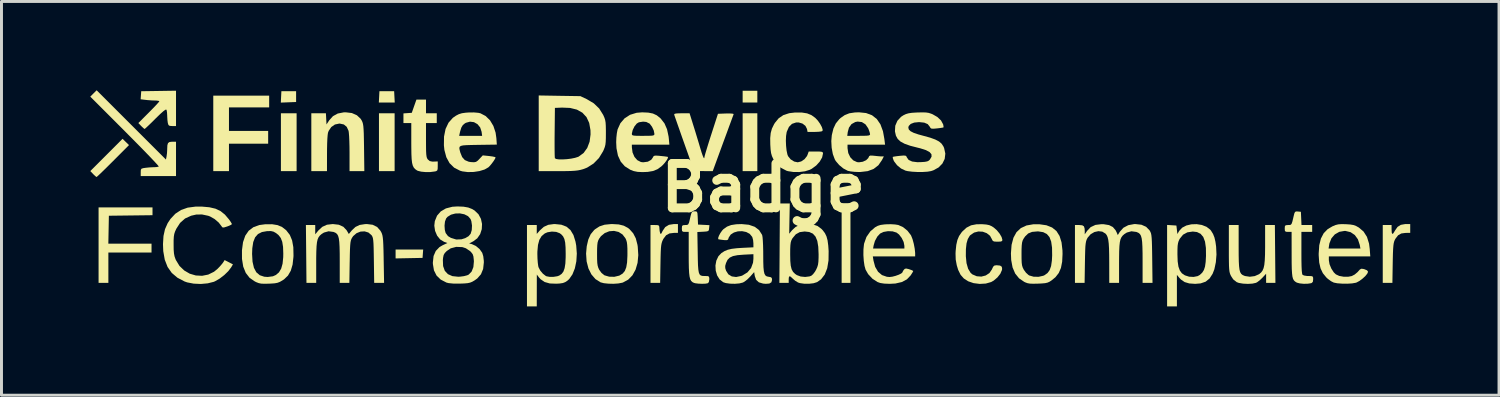
<source format=kicad_pcb>
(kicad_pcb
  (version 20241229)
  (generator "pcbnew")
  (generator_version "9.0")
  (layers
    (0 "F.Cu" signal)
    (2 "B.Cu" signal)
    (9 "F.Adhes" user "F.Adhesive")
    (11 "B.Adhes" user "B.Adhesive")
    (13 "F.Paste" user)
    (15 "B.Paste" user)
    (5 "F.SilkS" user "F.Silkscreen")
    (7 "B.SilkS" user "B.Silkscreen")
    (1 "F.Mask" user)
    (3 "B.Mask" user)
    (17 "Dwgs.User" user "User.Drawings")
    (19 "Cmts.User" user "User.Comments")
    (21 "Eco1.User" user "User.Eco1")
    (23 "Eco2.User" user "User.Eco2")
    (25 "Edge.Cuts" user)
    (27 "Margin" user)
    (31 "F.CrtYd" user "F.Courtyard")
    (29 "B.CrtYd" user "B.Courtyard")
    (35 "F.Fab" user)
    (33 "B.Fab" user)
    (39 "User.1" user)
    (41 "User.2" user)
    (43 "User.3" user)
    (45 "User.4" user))
  (footprint "Badge"
    (layer "F.Cu")
    (at 22.733 3.294)
    (property "Reference" "Badge" (at 0 0 0) (layer "F.SilkS") (effects (font (size 1.5 1.5) (thickness 0.3))))
    (attr board_only exclude_from_pos_files exclude_from_bom)
    (fp_poly (pts (xy -15.78 -3.08) (xy -15.78 -2.898) (xy -16.038 -2.888) (xy -16.296 -2.878) (xy -16.287 -3.07) (xy -16.277 -3.262) (xy -16.028 -3.262) (xy -15.78 -3.262)) (stroke (width 0) (type solid)) (fill yes) (layer "F.SilkS"))
    (fp_poly (pts (xy -15.763 -1.54) (xy -15.763 -0.563) (xy -16.028 -0.563) (xy -16.293 -0.563) (xy -16.293 -1.54) (xy -16.293 -2.517) (xy -16.028 -2.517) (xy -15.763 -2.517)) (stroke (width 0) (type solid)) (fill yes) (layer "F.SilkS"))
    (fp_poly (pts (xy -12.458 -3.072) (xy -12.448 -2.881) (xy -12.717 -2.881) (xy -12.985 -2.881) (xy -12.975 -3.072) (xy -12.965 -3.262) (xy -12.717 -3.262) (xy -12.468 -3.262)) (stroke (width 0) (type solid)) (fill yes) (layer "F.SilkS"))
    (fp_poly (pts (xy -12.452 -1.54) (xy -12.452 -0.563) (xy -12.717 -0.563) (xy -12.981 -0.563) (xy -12.981 -1.54) (xy -12.981 -2.517) (xy -12.717 -2.517) (xy -12.452 -2.517)) (stroke (width 0) (type solid)) (fill yes) (layer "F.SilkS"))
    (fp_poly (pts (xy -11.498 2.227) (xy -11.508 2.368) (xy -11.963 2.377) (xy -12.419 2.386) (xy -12.419 2.236) (xy -12.419 2.086) (xy -11.953 2.086) (xy -11.487 2.086)) (stroke (width 0) (type solid)) (fill yes) (layer "F.SilkS"))
    (fp_poly (pts (xy -0.199 -3.08) (xy -0.199 -2.881) (xy -0.447 -2.881) (xy -0.695 -2.881) (xy -0.695 -3.08) (xy -0.695 -3.278) (xy -0.447 -3.278) (xy -0.199 -3.278)) (stroke (width 0) (type solid)) (fill yes) (layer "F.SilkS"))
    (fp_poly (pts (xy -0.199 -1.54) (xy -0.199 -0.563) (xy -0.447 -0.563) (xy -0.695 -0.563) (xy -0.695 -1.54) (xy -0.695 -2.517) (xy -0.447 -2.517) (xy -0.199 -2.517)) (stroke (width 0) (type solid)) (fill yes) (layer "F.SilkS"))
    (fp_poly (pts (xy 2.947 1.871) (xy 2.947 3.212) (xy 2.798 3.212) (xy 2.649 3.212) (xy 2.649 1.871) (xy 2.649 0.53) (xy 2.798 0.53) (xy 2.947 0.53)) (stroke (width 0) (type solid)) (fill yes) (layer "F.SilkS"))
    (fp_poly (pts (xy -21.534 -1.549) (xy -21.425 -1.443) (xy -21.963 -0.903) (xy -22.117 -0.75) (xy -22.256 -0.613) (xy -22.372 -0.5) (xy -22.459 -0.418) (xy -22.51 -0.372) (xy -22.521 -0.364) (xy -22.553 -0.386) (xy -22.612 -0.44) (xy -22.636 -0.464) (xy -22.732 -0.565) (xy -22.187 -1.11) (xy -21.643 -1.655)) (stroke (width 0) (type solid)) (fill yes) (layer "F.SilkS"))
    (fp_poly (pts (xy -20.631 0.794) (xy -20.631 0.926) (xy -21.368 0.935) (xy -22.105 0.944) (xy -22.114 1.416) (xy -22.123 1.888) (xy -21.394 1.888) (xy -20.664 1.888) (xy -20.664 2.037) (xy -20.664 2.186) (xy -21.393 2.186) (xy -22.122 2.186) (xy -22.122 2.699) (xy -22.122 3.212) (xy -22.287 3.212) (xy -22.453 3.212) (xy -22.453 1.937) (xy -22.453 0.662) (xy -21.542 0.662) (xy -20.631 0.662)) (stroke (width 0) (type solid)) (fill yes) (layer "F.SilkS"))
    (fp_poly (pts (xy -16.69 -2.914) (xy -16.69 -2.716) (xy -17.369 -2.716) (xy -18.048 -2.716) (xy -18.048 -2.318) (xy -18.048 -1.921) (xy -17.386 -1.921) (xy -16.724 -1.921) (xy -16.724 -1.705) (xy -16.724 -1.49) (xy -17.386 -1.49) (xy -18.048 -1.49) (xy -18.048 -1.027) (xy -18.048 -0.563) (xy -18.313 -0.563) (xy -18.578 -0.563) (xy -18.578 -1.838) (xy -18.578 -3.113) (xy -17.634 -3.113) (xy -16.69 -3.113)) (stroke (width 0) (type solid)) (fill yes) (layer "F.SilkS"))
    (fp_poly (pts (xy 21.857 1.374) (xy 21.857 1.523) (xy 21.699 1.524) (xy 21.556 1.543) (xy 21.448 1.604) (xy 21.36 1.718) (xy 21.339 1.755) (xy 21.318 1.804) (xy 21.301 1.865) (xy 21.289 1.948) (xy 21.28 2.063) (xy 21.273 2.22) (xy 21.268 2.428) (xy 21.266 2.542) (xy 21.255 3.212) (xy 21.092 3.212) (xy 20.929 3.212) (xy 20.929 2.235) (xy 20.929 1.258) (xy 21.078 1.258) (xy 21.227 1.258) (xy 21.227 1.402) (xy 21.233 1.513) (xy 21.25 1.559) (xy 21.283 1.541) (xy 21.333 1.462) (xy 21.341 1.447) (xy 21.428 1.322) (xy 21.538 1.252) (xy 21.685 1.226) (xy 21.716 1.226) (xy 21.857 1.225)) (stroke (width 0) (type solid)) (fill yes) (layer "F.SilkS"))
    (fp_poly (pts (xy -2.881 1.374) (xy -2.881 1.523) (xy -3.012 1.523) (xy -3.167 1.542) (xy -3.281 1.604) (xy -3.368 1.719) (xy -3.386 1.752) (xy -3.412 1.809) (xy -3.431 1.869) (xy -3.445 1.94) (xy -3.455 2.036) (xy -3.462 2.165) (xy -3.467 2.339) (xy -3.471 2.558) (xy -3.482 3.212) (xy -3.645 3.212) (xy -3.808 3.212) (xy -3.808 2.235) (xy -3.808 1.258) (xy -3.659 1.258) (xy -3.568 1.261) (xy -3.524 1.278) (xy -3.51 1.322) (xy -3.508 1.366) (xy -3.499 1.461) (xy -3.482 1.533) (xy -3.463 1.56) (xy -3.438 1.539) (xy -3.401 1.462) (xy -3.399 1.458) (xy -3.311 1.328) (xy -3.185 1.251) (xy -3.018 1.225) (xy -3.015 1.225) (xy -2.881 1.225)) (stroke (width 0) (type solid)) (fill yes) (layer "F.SilkS"))
    (fp_poly (pts (xy -21.348 -2.124) (xy -20.177 -0.954) (xy -20.156 -1.061) (xy -20.142 -1.166) (xy -20.135 -1.288) (xy -20.135 -1.31) (xy -20.129 -1.437) (xy -20.107 -1.511) (xy -20.058 -1.547) (xy -19.974 -1.556) (xy -19.965 -1.556) (xy -19.837 -1.556) (xy -19.837 -0.977) (xy -19.837 -0.397) (xy -20.433 -0.397) (xy -21.029 -0.397) (xy -21.029 -0.525) (xy -21.026 -0.603) (xy -21.004 -0.644) (xy -20.948 -0.663) (xy -20.875 -0.674) (xy -20.744 -0.688) (xy -20.61 -0.695) (xy -20.583 -0.695) (xy -20.491 -0.701) (xy -20.429 -0.713) (xy -20.42 -0.719) (xy -20.438 -0.746) (xy -20.499 -0.815) (xy -20.598 -0.922) (xy -20.731 -1.062) (xy -20.894 -1.231) (xy -21.082 -1.423) (xy -21.291 -1.635) (xy -21.517 -1.862) (xy -21.565 -1.911) (xy -22.733 -3.079) (xy -22.626 -3.187) (xy -22.518 -3.294)) (stroke (width 0) (type solid)) (fill yes) (layer "F.SilkS"))
    (fp_poly (pts (xy -19.837 -2.683) (xy -19.837 -2.086) (xy -19.965 -2.086) (xy -20.05 -2.092) (xy -20.091 -2.119) (xy -20.112 -2.183) (xy -20.114 -2.19) (xy -20.127 -2.29) (xy -20.134 -2.412) (xy -20.135 -2.446) (xy -20.141 -2.547) (xy -20.154 -2.623) (xy -20.161 -2.64) (xy -20.193 -2.638) (xy -20.263 -2.588) (xy -20.372 -2.491) (xy -20.523 -2.344) (xy -20.533 -2.334) (xy -20.655 -2.212) (xy -20.762 -2.109) (xy -20.843 -2.033) (xy -20.89 -1.992) (xy -20.898 -1.987) (xy -20.93 -2.009) (xy -20.989 -2.063) (xy -21.013 -2.087) (xy -21.109 -2.187) (xy -20.754 -2.543) (xy -20.631 -2.668) (xy -20.526 -2.777) (xy -20.448 -2.862) (xy -20.405 -2.913) (xy -20.399 -2.923) (xy -20.429 -2.938) (xy -20.503 -2.947) (xy -20.54 -2.948) (xy -20.661 -2.952) (xy -20.801 -2.963) (xy -20.856 -2.969) (xy -21.032 -2.99) (xy -21.022 -3.126) (xy -21.012 -3.262) (xy -20.424 -3.271) (xy -19.837 -3.28)) (stroke (width 0) (type solid)) (fill yes) (layer "F.SilkS"))
    (fp_poly (pts (xy -2.356 -2.095) (xy -2.295 -1.9) (xy -2.232 -1.692) (xy -2.173 -1.497) (xy -2.132 -1.358) (xy -2.08 -1.187) (xy -2.038 -1.068) (xy -2.008 -1.005) (xy -1.99 -1) (xy -1.987 -1.031) (xy -1.977 -1.077) (xy -1.95 -1.175) (xy -1.907 -1.317) (xy -1.853 -1.493) (xy -1.79 -1.692) (xy -1.758 -1.791) (xy -1.529 -2.5) (xy -1.258 -2.51) (xy -1.129 -2.511) (xy -1.039 -2.505) (xy -0.999 -2.493) (xy -0.999 -2.489) (xy -1.012 -2.451) (xy -1.046 -2.359) (xy -1.097 -2.221) (xy -1.162 -2.044) (xy -1.238 -1.836) (xy -1.323 -1.606) (xy -1.358 -1.511) (xy -1.705 -0.563) (xy -2.02 -0.564) (xy -2.335 -0.564) (xy -2.666 -1.496) (xy -2.75 -1.733) (xy -2.826 -1.951) (xy -2.893 -2.141) (xy -2.947 -2.295) (xy -2.986 -2.407) (xy -3.006 -2.466) (xy -3.008 -2.473) (xy -2.997 -2.496) (xy -2.946 -2.51) (xy -2.845 -2.516) (xy -2.753 -2.517) (xy -2.488 -2.517)) (stroke (width 0) (type solid)) (fill yes) (layer "F.SilkS"))
    (fp_poly (pts (xy -13.896 -2.525) (xy -13.726 -2.45) (xy -13.599 -2.331) (xy -13.557 -2.261) (xy -13.537 -2.214) (xy -13.521 -2.158) (xy -13.509 -2.083) (xy -13.501 -1.981) (xy -13.494 -1.842) (xy -13.49 -1.657) (xy -13.486 -1.418) (xy -13.485 -1.349) (xy -13.475 -0.563) (xy -13.725 -0.563) (xy -13.975 -0.563) (xy -13.975 -1.184) (xy -13.977 -1.389) (xy -13.982 -1.579) (xy -13.989 -1.74) (xy -13.999 -1.861) (xy -14.008 -1.924) (xy -14.07 -2.059) (xy -14.167 -2.139) (xy -14.304 -2.169) (xy -14.324 -2.169) (xy -14.469 -2.138) (xy -14.592 -2.052) (xy -14.68 -1.922) (xy -14.704 -1.856) (xy -14.714 -1.785) (xy -14.724 -1.661) (xy -14.731 -1.497) (xy -14.735 -1.308) (xy -14.736 -1.151) (xy -14.737 -0.563) (xy -15.002 -0.563) (xy -15.266 -0.563) (xy -15.266 -1.54) (xy -15.266 -2.517) (xy -15.02 -2.517) (xy -14.773 -2.517) (xy -14.763 -2.328) (xy -14.753 -2.14) (xy -14.662 -2.278) (xy -14.535 -2.42) (xy -14.373 -2.509) (xy -14.172 -2.548) (xy -14.103 -2.55)) (stroke (width 0) (type solid)) (fill yes) (layer "F.SilkS"))
    (fp_poly (pts (xy -11.392 -2.749) (xy -11.392 -2.517) (xy -11.21 -2.517) (xy -11.028 -2.517) (xy -11.028 -2.351) (xy -11.028 -2.186) (xy -11.21 -2.186) (xy -11.392 -2.186) (xy -11.392 -1.61) (xy -11.391 -1.398) (xy -11.389 -1.242) (xy -11.383 -1.132) (xy -11.373 -1.056) (xy -11.359 -1.005) (xy -11.338 -0.968) (xy -11.329 -0.957) (xy -11.268 -0.904) (xy -11.184 -0.885) (xy -11.131 -0.885) (xy -10.995 -0.891) (xy -10.995 -0.731) (xy -10.998 -0.634) (xy -11.014 -0.584) (xy -11.055 -0.56) (xy -11.098 -0.551) (xy -11.247 -0.532) (xy -11.406 -0.531) (xy -11.553 -0.545) (xy -11.667 -0.573) (xy -11.698 -0.588) (xy -11.758 -0.631) (xy -11.804 -0.682) (xy -11.838 -0.75) (xy -11.862 -0.843) (xy -11.877 -0.971) (xy -11.885 -1.142) (xy -11.888 -1.366) (xy -11.889 -1.52) (xy -11.889 -2.186) (xy -12.021 -2.186) (xy -12.154 -2.186) (xy -12.154 -2.349) (xy -12.154 -2.513) (xy -12.013 -2.523) (xy -11.872 -2.533) (xy -11.794 -2.757) (xy -11.715 -2.98) (xy -11.554 -2.98) (xy -11.392 -2.98)) (stroke (width 0) (type solid)) (fill yes) (layer "F.SilkS"))
    (fp_poly (pts (xy 16.061 2.005) (xy 16.062 2.275) (xy 16.066 2.486) (xy 16.075 2.647) (xy 16.09 2.765) (xy 16.113 2.849) (xy 16.146 2.906) (xy 16.191 2.944) (xy 16.25 2.971) (xy 16.279 2.981) (xy 16.438 3.005) (xy 16.605 2.983) (xy 16.75 2.919) (xy 16.758 2.913) (xy 16.82 2.861) (xy 16.867 2.798) (xy 16.903 2.715) (xy 16.928 2.604) (xy 16.943 2.455) (xy 16.952 2.261) (xy 16.955 2.011) (xy 16.955 1.92) (xy 16.955 1.258) (xy 17.12 1.258) (xy 17.285 1.258) (xy 17.294 2.235) (xy 17.303 3.212) (xy 17.146 3.212) (xy 16.989 3.212) (xy 16.989 3.058) (xy 16.989 2.903) (xy 16.863 3.039) (xy 16.775 3.123) (xy 16.687 3.189) (xy 16.645 3.211) (xy 16.526 3.237) (xy 16.372 3.246) (xy 16.211 3.238) (xy 16.069 3.214) (xy 15.995 3.187) (xy 15.878 3.094) (xy 15.805 2.982) (xy 15.781 2.932) (xy 15.763 2.882) (xy 15.75 2.822) (xy 15.741 2.743) (xy 15.735 2.636) (xy 15.732 2.49) (xy 15.73 2.297) (xy 15.73 2.048) (xy 15.73 2.046) (xy 15.73 1.258) (xy 15.896 1.258) (xy 16.061 1.258)) (stroke (width 0) (type solid)) (fill yes) (layer "F.SilkS"))
    (fp_poly (pts (xy 18.06 0.801) (xy 18.164 0.811) (xy 18.174 1.035) (xy 18.184 1.258) (xy 18.364 1.258) (xy 18.545 1.258) (xy 18.545 1.374) (xy 18.545 1.49) (xy 18.363 1.49) (xy 18.181 1.49) (xy 18.181 2.196) (xy 18.182 2.457) (xy 18.186 2.658) (xy 18.193 2.801) (xy 18.204 2.893) (xy 18.218 2.938) (xy 18.22 2.941) (xy 18.275 2.964) (xy 18.369 2.979) (xy 18.419 2.98) (xy 18.515 2.983) (xy 18.561 2.997) (xy 18.577 3.036) (xy 18.578 3.092) (xy 18.568 3.176) (xy 18.528 3.216) (xy 18.504 3.224) (xy 18.391 3.241) (xy 18.256 3.243) (xy 18.127 3.23) (xy 18.031 3.205) (xy 18.019 3.199) (xy 17.968 3.167) (xy 17.929 3.129) (xy 17.899 3.076) (xy 17.878 2.999) (xy 17.865 2.892) (xy 17.856 2.744) (xy 17.852 2.549) (xy 17.851 2.297) (xy 17.851 2.244) (xy 17.85 1.49) (xy 17.734 1.49) (xy 17.656 1.485) (xy 17.624 1.456) (xy 17.618 1.383) (xy 17.618 1.374) (xy 17.623 1.297) (xy 17.652 1.265) (xy 17.724 1.258) (xy 17.731 1.258) (xy 17.788 1.257) (xy 17.826 1.246) (xy 17.852 1.211) (xy 17.876 1.141) (xy 17.904 1.024) (xy 17.917 0.967) (xy 17.942 0.866) (xy 17.967 0.815) (xy 18.004 0.799)) (stroke (width 0) (type solid)) (fill yes) (layer "F.SilkS"))
    (fp_poly (pts (xy -6.88 -3.107) (xy -6.176 -3.096) (xy -5.958 -2.993) (xy -5.723 -2.853) (xy -5.542 -2.679) (xy -5.407 -2.464) (xy -5.402 -2.453) (xy -5.365 -2.369) (xy -5.34 -2.292) (xy -5.325 -2.205) (xy -5.318 -2.093) (xy -5.315 -1.937) (xy -5.315 -1.854) (xy -5.316 -1.678) (xy -5.321 -1.55) (xy -5.332 -1.454) (xy -5.353 -1.373) (xy -5.385 -1.29) (xy -5.411 -1.232) (xy -5.55 -1.005) (xy -5.733 -0.818) (xy -5.95 -0.681) (xy -6.082 -0.63) (xy -6.169 -0.606) (xy -6.258 -0.588) (xy -6.361 -0.576) (xy -6.491 -0.568) (xy -6.66 -0.564) (xy -6.88 -0.563) (xy -6.941 -0.563) (xy -7.584 -0.563) (xy -7.584 -1.434) (xy -7.048 -1.434) (xy -7.047 -1.255) (xy -7.045 -1.117) (xy -7.041 -1.028) (xy -7.037 -0.999) (xy -6.995 -0.973) (xy -6.904 -0.96) (xy -6.779 -0.958) (xy -6.635 -0.967) (xy -6.49 -0.985) (xy -6.357 -1.012) (xy -6.253 -1.045) (xy -6.234 -1.054) (xy -6.068 -1.176) (xy -5.945 -1.346) (xy -5.865 -1.557) (xy -5.833 -1.802) (xy -5.836 -1.949) (xy -5.879 -2.191) (xy -5.97 -2.387) (xy -6.109 -2.537) (xy -6.295 -2.641) (xy -6.527 -2.698) (xy -6.794 -2.709) (xy -7.037 -2.699) (xy -7.046 -1.872) (xy -7.048 -1.642) (xy -7.048 -1.434) (xy -7.584 -1.434) (xy -7.584 -1.841) (xy -7.584 -3.119)) (stroke (width 0) (type solid)) (fill yes) (layer "F.SilkS"))
    (fp_poly (pts (xy -2.267 0.797) (xy -2.237 0.815) (xy -2.222 0.863) (xy -2.215 0.955) (xy -2.212 1.018) (xy -2.202 1.242) (xy -2.01 1.252) (xy -1.817 1.262) (xy -1.828 1.368) (xy -1.836 1.427) (xy -1.859 1.46) (xy -1.913 1.475) (xy -2.014 1.483) (xy -2.031 1.484) (xy -2.225 1.494) (xy -2.213 2.182) (xy -2.209 2.432) (xy -2.203 2.624) (xy -2.192 2.764) (xy -2.175 2.862) (xy -2.15 2.925) (xy -2.113 2.96) (xy -2.062 2.976) (xy -1.995 2.98) (xy -1.966 2.98) (xy -1.876 2.983) (xy -1.834 3.001) (xy -1.822 3.048) (xy -1.821 3.093) (xy -1.837 3.187) (xy -1.874 3.225) (xy -1.952 3.239) (xy -2.067 3.243) (xy -2.192 3.238) (xy -2.298 3.224) (xy -2.341 3.212) (xy -2.394 3.185) (xy -2.435 3.145) (xy -2.466 3.086) (xy -2.488 2.999) (xy -2.503 2.876) (xy -2.512 2.71) (xy -2.516 2.493) (xy -2.517 2.237) (xy -2.517 1.49) (xy -2.633 1.49) (xy -2.71 1.485) (xy -2.742 1.456) (xy -2.749 1.383) (xy -2.749 1.374) (xy -2.743 1.297) (xy -2.715 1.265) (xy -2.643 1.258) (xy -2.636 1.258) (xy -2.57 1.255) (xy -2.532 1.232) (xy -2.506 1.175) (xy -2.484 1.085) (xy -2.452 0.947) (xy -2.428 0.862) (xy -2.405 0.817) (xy -2.375 0.798) (xy -2.331 0.795) (xy -2.317 0.795)) (stroke (width 0) (type solid)) (fill yes) (layer "F.SilkS"))
    (fp_poly (pts (xy -16.405 1.261) (xy -16.253 1.326) (xy -16.119 1.431) (xy -16.109 1.441) (xy -15.992 1.592) (xy -15.915 1.778) (xy -15.874 2.006) (xy -15.868 2.283) (xy -15.87 2.335) (xy -15.899 2.595) (xy -15.96 2.802) (xy -16.055 2.966) (xy -16.189 3.094) (xy -16.241 3.128) (xy -16.328 3.178) (xy -16.408 3.209) (xy -16.503 3.227) (xy -16.633 3.236) (xy -16.704 3.239) (xy -16.855 3.242) (xy -16.962 3.237) (xy -17.046 3.219) (xy -17.13 3.186) (xy -17.177 3.162) (xy -17.351 3.042) (xy -17.48 2.876) (xy -17.566 2.664) (xy -17.608 2.404) (xy -17.609 2.235) (xy -17.267 2.235) (xy -17.252 2.497) (xy -17.205 2.702) (xy -17.125 2.853) (xy -17.009 2.953) (xy -16.857 3.004) (xy -16.74 3.013) (xy -16.564 2.99) (xy -16.465 2.946) (xy -16.359 2.857) (xy -16.284 2.731) (xy -16.237 2.563) (xy -16.215 2.342) (xy -16.213 2.219) (xy -16.221 1.996) (xy -16.248 1.825) (xy -16.298 1.696) (xy -16.376 1.595) (xy -16.459 1.529) (xy -16.543 1.482) (xy -16.63 1.462) (xy -16.75 1.464) (xy -16.761 1.464) (xy -16.935 1.495) (xy -17.068 1.563) (xy -17.165 1.674) (xy -17.228 1.832) (xy -17.26 2.043) (xy -17.267 2.235) (xy -17.609 2.235) (xy -17.609 2.109) (xy -17.573 1.837) (xy -17.498 1.619) (xy -17.382 1.451) (xy -17.223 1.331) (xy -17.02 1.258) (xy -16.822 1.232) (xy -16.59 1.231)) (stroke (width 0) (type solid)) (fill yes) (layer "F.SilkS"))
    (fp_poly (pts (xy 1.484 -2.514) (xy 1.634 -2.452) (xy 1.762 -2.358) (xy 1.846 -2.268) (xy 1.921 -2.162) (xy 1.978 -2.057) (xy 2.007 -1.969) (xy 2.003 -1.92) (xy 1.963 -1.904) (xy 1.874 -1.893) (xy 1.755 -1.888) (xy 1.741 -1.888) (xy 1.498 -1.888) (xy 1.479 -1.987) (xy 1.426 -2.092) (xy 1.327 -2.169) (xy 1.199 -2.207) (xy 1.109 -2.206) (xy 0.972 -2.16) (xy 0.869 -2.057) (xy 0.798 -1.898) (xy 0.792 -1.879) (xy 0.772 -1.752) (xy 0.765 -1.592) (xy 0.772 -1.42) (xy 0.789 -1.258) (xy 0.817 -1.126) (xy 0.839 -1.069) (xy 0.926 -0.961) (xy 1.047 -0.886) (xy 1.166 -0.861) (xy 1.283 -0.89) (xy 1.395 -0.966) (xy 1.477 -1.07) (xy 1.494 -1.107) (xy 1.537 -1.225) (xy 1.778 -1.225) (xy 1.904 -1.224) (xy 1.976 -1.216) (xy 2.01 -1.199) (xy 2.02 -1.168) (xy 2.02 -1.161) (xy 1.99 -1.025) (xy 1.909 -0.884) (xy 1.788 -0.751) (xy 1.638 -0.641) (xy 1.573 -0.608) (xy 1.413 -0.558) (xy 1.218 -0.532) (xy 1.017 -0.534) (xy 0.836 -0.562) (xy 0.786 -0.577) (xy 0.585 -0.683) (xy 0.423 -0.841) (xy 0.341 -0.971) (xy 0.295 -1.071) (xy 0.266 -1.172) (xy 0.249 -1.296) (xy 0.239 -1.457) (xy 0.236 -1.676) (xy 0.253 -1.851) (xy 0.294 -1.999) (xy 0.363 -2.14) (xy 0.394 -2.192) (xy 0.522 -2.348) (xy 0.681 -2.456) (xy 0.879 -2.52) (xy 1.073 -2.543) (xy 1.302 -2.543)) (stroke (width 0) (type solid)) (fill yes) (layer "F.SilkS"))
    (fp_poly (pts (xy 14.818 1.256) (xy 14.976 1.318) (xy 15.101 1.415) (xy 15.128 1.449) (xy 15.196 1.559) (xy 15.243 1.677) (xy 15.277 1.824) (xy 15.3 1.988) (xy 15.312 2.253) (xy 15.291 2.514) (xy 15.241 2.751) (xy 15.181 2.906) (xy 15.077 3.066) (xy 14.945 3.172) (xy 14.775 3.23) (xy 14.592 3.245) (xy 14.392 3.231) (xy 14.237 3.185) (xy 14.115 3.102) (xy 14.064 3.049) (xy 13.975 2.942) (xy 13.975 3.475) (xy 13.975 4.007) (xy 13.809 4.007) (xy 13.644 4.007) (xy 13.644 2.631) (xy 13.644 2.252) (xy 13.993 2.252) (xy 14.001 2.485) (xy 14.027 2.663) (xy 14.074 2.794) (xy 14.144 2.889) (xy 14.243 2.956) (xy 14.246 2.958) (xy 14.388 3.003) (xy 14.539 3.011) (xy 14.676 2.984) (xy 14.749 2.944) (xy 14.83 2.868) (xy 14.887 2.778) (xy 14.925 2.661) (xy 14.947 2.505) (xy 14.958 2.302) (xy 14.955 2.032) (xy 14.925 1.819) (xy 14.866 1.662) (xy 14.776 1.555) (xy 14.654 1.495) (xy 14.513 1.478) (xy 14.328 1.505) (xy 14.183 1.584) (xy 14.074 1.718) (xy 14.066 1.731) (xy 14.033 1.801) (xy 14.012 1.874) (xy 13.999 1.964) (xy 13.994 2.09) (xy 13.993 2.252) (xy 13.644 2.252) (xy 13.644 1.255) (xy 13.801 1.265) (xy 13.958 1.275) (xy 13.975 1.418) (xy 13.992 1.562) (xy 14.053 1.456) (xy 14.153 1.348) (xy 14.294 1.274) (xy 14.462 1.234) (xy 14.642 1.228)) (stroke (width 0) (type solid)) (fill yes) (layer "F.SilkS"))
    (fp_poly (pts (xy 7.538 1.241) (xy 7.638 1.262) (xy 7.722 1.3) (xy 7.788 1.343) (xy 7.893 1.435) (xy 7.986 1.549) (xy 8.053 1.664) (xy 8.08 1.761) (xy 8.08 1.763) (xy 8.068 1.799) (xy 8.022 1.816) (xy 7.927 1.821) (xy 7.917 1.821) (xy 7.816 1.817) (xy 7.762 1.799) (xy 7.735 1.76) (xy 7.731 1.747) (xy 7.662 1.621) (xy 7.551 1.533) (xy 7.415 1.483) (xy 7.267 1.476) (xy 7.124 1.513) (xy 7 1.597) (xy 6.975 1.623) (xy 6.911 1.732) (xy 6.868 1.879) (xy 6.847 2.075) (xy 6.845 2.312) (xy 6.868 2.547) (xy 6.922 2.735) (xy 7.005 2.872) (xy 7.067 2.926) (xy 7.215 2.989) (xy 7.37 3) (xy 7.517 2.962) (xy 7.641 2.881) (xy 7.725 2.759) (xy 7.727 2.753) (xy 7.767 2.667) (xy 7.81 2.627) (xy 7.876 2.617) (xy 7.89 2.617) (xy 8.002 2.628) (xy 8.06 2.668) (xy 8.071 2.741) (xy 8.064 2.78) (xy 8.01 2.904) (xy 7.911 3.029) (xy 7.786 3.135) (xy 7.7 3.184) (xy 7.52 3.235) (xy 7.314 3.247) (xy 7.106 3.221) (xy 6.926 3.159) (xy 6.778 3.064) (xy 6.668 2.94) (xy 6.586 2.774) (xy 6.538 2.616) (xy 6.503 2.425) (xy 6.497 2.22) (xy 6.501 2.136) (xy 6.523 1.925) (xy 6.56 1.763) (xy 6.616 1.63) (xy 6.699 1.509) (xy 6.729 1.474) (xy 6.867 1.347) (xy 7.021 1.268) (xy 7.206 1.232) (xy 7.397 1.23)) (stroke (width 0) (type solid)) (fill yes) (layer "F.SilkS"))
    (fp_poly (pts (xy 9.568 1.266) (xy 9.759 1.342) (xy 9.906 1.461) (xy 10.011 1.628) (xy 10.078 1.844) (xy 10.109 2.114) (xy 10.112 2.235) (xy 10.099 2.497) (xy 10.058 2.707) (xy 9.984 2.878) (xy 9.873 3.02) (xy 9.743 3.127) (xy 9.671 3.174) (xy 9.603 3.204) (xy 9.522 3.222) (xy 9.409 3.232) (xy 9.28 3.238) (xy 9.121 3.241) (xy 9.009 3.237) (xy 8.926 3.222) (xy 8.851 3.194) (xy 8.816 3.177) (xy 8.642 3.058) (xy 8.512 2.897) (xy 8.424 2.692) (xy 8.377 2.439) (xy 8.369 2.235) (xy 8.726 2.235) (xy 8.727 2.409) (xy 8.732 2.532) (xy 8.744 2.62) (xy 8.764 2.688) (xy 8.795 2.752) (xy 8.806 2.772) (xy 8.876 2.868) (xy 8.959 2.944) (xy 8.988 2.962) (xy 9.135 3.004) (xy 9.304 3.007) (xy 9.46 2.972) (xy 9.503 2.953) (xy 9.604 2.88) (xy 9.677 2.78) (xy 9.725 2.643) (xy 9.752 2.458) (xy 9.761 2.285) (xy 9.757 2.023) (xy 9.728 1.818) (xy 9.67 1.665) (xy 9.581 1.561) (xy 9.458 1.499) (xy 9.297 1.474) (xy 9.256 1.474) (xy 9.082 1.49) (xy 8.951 1.543) (xy 8.847 1.644) (xy 8.792 1.725) (xy 8.763 1.784) (xy 8.744 1.853) (xy 8.733 1.946) (xy 8.727 2.078) (xy 8.726 2.235) (xy 8.369 2.235) (xy 8.368 2.219) (xy 8.39 1.927) (xy 8.453 1.688) (xy 8.556 1.5) (xy 8.703 1.362) (xy 8.893 1.273) (xy 9.127 1.232) (xy 9.332 1.232)) (stroke (width 0) (type solid)) (fill yes) (layer "F.SilkS"))
    (fp_poly (pts (xy -6.821 1.247) (xy -6.647 1.313) (xy -6.512 1.428) (xy -6.411 1.595) (xy -6.342 1.817) (xy -6.317 1.952) (xy -6.297 2.224) (xy -6.313 2.484) (xy -6.363 2.721) (xy -6.444 2.924) (xy -6.553 3.082) (xy -6.616 3.139) (xy -6.69 3.187) (xy -6.768 3.217) (xy -6.872 3.233) (xy -6.988 3.24) (xy -7.21 3.232) (xy -7.386 3.182) (xy -7.523 3.087) (xy -7.579 3.023) (xy -7.648 2.931) (xy -7.649 3.469) (xy -7.65 4.007) (xy -7.815 4.007) (xy -7.981 4.007) (xy -7.981 2.633) (xy -7.981 2.235) (xy -7.63 2.235) (xy -7.626 2.391) (xy -7.615 2.536) (xy -7.6 2.647) (xy -7.59 2.685) (xy -7.532 2.796) (xy -7.445 2.9) (xy -7.35 2.975) (xy -7.319 2.99) (xy -7.213 3.009) (xy -7.081 3.008) (xy -6.955 2.988) (xy -6.891 2.965) (xy -6.809 2.908) (xy -6.749 2.828) (xy -6.709 2.714) (xy -6.684 2.559) (xy -6.674 2.351) (xy -6.673 2.235) (xy -6.677 2.017) (xy -6.69 1.852) (xy -6.717 1.731) (xy -6.76 1.642) (xy -6.822 1.573) (xy -6.876 1.534) (xy -6.993 1.49) (xy -7.139 1.479) (xy -7.285 1.502) (xy -7.378 1.541) (xy -7.486 1.631) (xy -7.563 1.759) (xy -7.609 1.931) (xy -7.629 2.155) (xy -7.63 2.235) (xy -7.981 2.235) (xy -7.981 1.258) (xy -7.815 1.258) (xy -7.65 1.258) (xy -7.65 1.409) (xy -7.65 1.559) (xy -7.543 1.437) (xy -7.412 1.319) (xy -7.262 1.251) (xy -7.077 1.226) (xy -7.037 1.225)) (stroke (width 0) (type solid)) (fill yes) (layer "F.SilkS"))
    (fp_poly (pts (xy -9.626 -2.533) (xy -9.554 -2.517) (xy -9.378 -2.425) (xy -9.23 -2.28) (xy -9.116 -2.09) (xy -9.041 -1.864) (xy -9.015 -1.681) (xy -8.999 -1.459) (xy -9.624 -1.45) (xy -9.851 -1.446) (xy -10.021 -1.441) (xy -10.139 -1.432) (xy -10.214 -1.415) (xy -10.254 -1.386) (xy -10.266 -1.344) (xy -10.257 -1.284) (xy -10.236 -1.204) (xy -10.234 -1.195) (xy -10.171 -1.038) (xy -10.08 -0.936) (xy -9.95 -0.881) (xy -9.875 -0.869) (xy -9.77 -0.863) (xy -9.702 -0.876) (xy -9.642 -0.918) (xy -9.588 -0.974) (xy -9.474 -1.095) (xy -9.257 -1.073) (xy -9.147 -1.058) (xy -9.069 -1.041) (xy -9.041 -1.027) (xy -9.06 -0.979) (xy -9.109 -0.901) (xy -9.174 -0.813) (xy -9.24 -0.735) (xy -9.283 -0.692) (xy -9.412 -0.618) (xy -9.585 -0.565) (xy -9.781 -0.535) (xy -9.981 -0.531) (xy -10.165 -0.555) (xy -10.241 -0.577) (xy -10.441 -0.68) (xy -10.596 -0.832) (xy -10.705 -1.032) (xy -10.771 -1.28) (xy -10.787 -1.436) (xy -10.783 -1.733) (xy -10.778 -1.755) (xy -10.271 -1.755) (xy -9.883 -1.755) (xy -9.496 -1.755) (xy -9.514 -1.893) (xy -9.562 -2.039) (xy -9.652 -2.149) (xy -9.771 -2.217) (xy -9.906 -2.234) (xy -10.044 -2.196) (xy -10.08 -2.175) (xy -10.149 -2.116) (xy -10.198 -2.035) (xy -10.236 -1.913) (xy -10.248 -1.863) (xy -10.271 -1.755) (xy -10.778 -1.755) (xy -10.731 -1.988) (xy -10.631 -2.199) (xy -10.484 -2.364) (xy -10.379 -2.437) (xy -10.28 -2.488) (xy -10.178 -2.519) (xy -10.049 -2.537) (xy -9.95 -2.544) (xy -9.773 -2.546)) (stroke (width 0) (type solid)) (fill yes) (layer "F.SilkS"))
    (fp_poly (pts (xy -4.88 1.238) (xy -4.711 1.28) (xy -4.571 1.355) (xy -4.517 1.398) (xy -4.393 1.537) (xy -4.305 1.707) (xy -4.249 1.923) (xy -4.239 1.987) (xy -4.22 2.275) (xy -4.245 2.537) (xy -4.313 2.767) (xy -4.419 2.958) (xy -4.562 3.104) (xy -4.738 3.199) (xy -4.764 3.207) (xy -4.896 3.232) (xy -5.059 3.243) (xy -5.229 3.239) (xy -5.383 3.223) (xy -5.496 3.193) (xy -5.497 3.193) (xy -5.668 3.084) (xy -5.805 2.925) (xy -5.905 2.723) (xy -5.966 2.486) (xy -5.983 2.235) (xy -5.613 2.235) (xy -5.612 2.412) (xy -5.606 2.538) (xy -5.593 2.629) (xy -5.572 2.701) (xy -5.541 2.768) (xy -5.541 2.768) (xy -5.463 2.876) (xy -5.368 2.953) (xy -5.358 2.958) (xy -5.203 3.003) (xy -5.029 3.007) (xy -4.867 2.968) (xy -4.847 2.959) (xy -4.747 2.896) (xy -4.675 2.809) (xy -4.627 2.687) (xy -4.599 2.522) (xy -4.588 2.304) (xy -4.587 2.235) (xy -4.588 2.056) (xy -4.595 1.928) (xy -4.607 1.835) (xy -4.629 1.762) (xy -4.655 1.705) (xy -4.756 1.574) (xy -4.889 1.491) (xy -5.041 1.456) (xy -5.199 1.468) (xy -5.35 1.527) (xy -5.481 1.634) (xy -5.545 1.722) (xy -5.575 1.782) (xy -5.595 1.849) (xy -5.606 1.94) (xy -5.612 2.068) (xy -5.613 2.235) (xy -5.983 2.235) (xy -5.984 2.223) (xy -5.962 1.975) (xy -5.909 1.747) (xy -5.828 1.569) (xy -5.713 1.429) (xy -5.678 1.399) (xy -5.53 1.303) (xy -5.357 1.247) (xy -5.144 1.226) (xy -5.096 1.225)) (stroke (width 0) (type solid)) (fill yes) (layer "F.SilkS"))
    (fp_poly (pts (xy 3.475 -2.525) (xy 3.675 -2.451) (xy 3.836 -2.324) (xy 3.959 -2.145) (xy 4.045 -1.912) (xy 4.093 -1.648) (xy 4.116 -1.457) (xy 3.482 -1.457) (xy 2.848 -1.457) (xy 2.848 -1.34) (xy 2.873 -1.174) (xy 2.941 -1.032) (xy 3.043 -0.926) (xy 3.169 -0.868) (xy 3.235 -0.861) (xy 3.363 -0.88) (xy 3.475 -0.931) (xy 3.548 -1.002) (xy 3.561 -1.03) (xy 3.581 -1.071) (xy 3.619 -1.089) (xy 3.693 -1.087) (xy 3.754 -1.081) (xy 3.868 -1.069) (xy 3.966 -1.061) (xy 3.999 -1.06) (xy 4.075 -1.06) (xy 4.011 -0.936) (xy 3.891 -0.762) (xy 3.732 -0.639) (xy 3.531 -0.563) (xy 3.285 -0.534) (xy 3.229 -0.533) (xy 3.086 -0.539) (xy 2.955 -0.553) (xy 2.861 -0.572) (xy 2.853 -0.575) (xy 2.707 -0.653) (xy 2.565 -0.77) (xy 2.451 -0.904) (xy 2.418 -0.96) (xy 2.352 -1.138) (xy 2.312 -1.353) (xy 2.3 -1.578) (xy 2.315 -1.755) (xy 2.839 -1.755) (xy 3.224 -1.755) (xy 3.39 -1.756) (xy 3.5 -1.76) (xy 3.566 -1.768) (xy 3.599 -1.783) (xy 3.609 -1.806) (xy 3.609 -1.813) (xy 3.595 -1.877) (xy 3.562 -1.971) (xy 3.544 -2.013) (xy 3.454 -2.144) (xy 3.333 -2.22) (xy 3.189 -2.237) (xy 3.11 -2.222) (xy 2.982 -2.151) (xy 2.896 -2.031) (xy 2.856 -1.883) (xy 2.839 -1.755) (xy 2.315 -1.755) (xy 2.317 -1.779) (xy 2.371 -2) (xy 2.452 -2.173) (xy 2.568 -2.316) (xy 2.615 -2.359) (xy 2.754 -2.456) (xy 2.908 -2.517) (xy 3.095 -2.545) (xy 3.234 -2.55)) (stroke (width 0) (type solid)) (fill yes) (layer "F.SilkS"))
    (fp_poly (pts (xy -18.709 0.658) (xy -18.503 0.706) (xy -18.333 0.787) (xy -18.185 0.906) (xy -18.045 1.071) (xy -18.044 1.073) (xy -17.988 1.153) (xy -17.954 1.212) (xy -17.949 1.227) (xy -17.977 1.251) (xy -18.05 1.285) (xy -18.106 1.306) (xy -18.2 1.336) (xy -18.252 1.343) (xy -18.281 1.326) (xy -18.297 1.301) (xy -18.395 1.174) (xy -18.533 1.056) (xy -18.686 0.969) (xy -18.75 0.945) (xy -18.959 0.901) (xy -19.153 0.904) (xy -19.325 0.943) (xy -19.531 1.037) (xy -19.699 1.186) (xy -19.826 1.383) (xy -19.869 1.477) (xy -19.896 1.559) (xy -19.911 1.651) (xy -19.918 1.772) (xy -19.918 1.921) (xy -19.916 2.092) (xy -19.906 2.218) (xy -19.887 2.316) (xy -19.855 2.408) (xy -19.84 2.442) (xy -19.72 2.639) (xy -19.56 2.793) (xy -19.373 2.902) (xy -19.168 2.962) (xy -18.956 2.973) (xy -18.748 2.932) (xy -18.553 2.836) (xy -18.435 2.739) (xy -18.348 2.649) (xy -18.276 2.564) (xy -18.244 2.521) (xy -18.195 2.442) (xy -18.054 2.514) (xy -17.914 2.586) (xy -17.973 2.687) (xy -18.07 2.815) (xy -18.207 2.948) (xy -18.363 3.068) (xy -18.517 3.157) (xy -18.563 3.177) (xy -18.767 3.228) (xy -19.001 3.249) (xy -19.24 3.238) (xy -19.458 3.196) (xy -19.547 3.165) (xy -19.789 3.038) (xy -19.98 2.876) (xy -20.122 2.674) (xy -20.217 2.43) (xy -20.268 2.14) (xy -20.277 1.904) (xy -20.26 1.629) (xy -20.209 1.398) (xy -20.119 1.195) (xy -20.023 1.051) (xy -19.859 0.876) (xy -19.669 0.751) (xy -19.444 0.671) (xy -19.179 0.636) (xy -18.965 0.635)) (stroke (width 0) (type solid)) (fill yes) (layer "F.SilkS"))
    (fp_poly (pts (xy 0.887 1.041) (xy 0.878 1.552) (xy 0.974 1.434) (xy 1.094 1.322) (xy 1.237 1.255) (xy 1.419 1.227) (xy 1.49 1.225) (xy 1.685 1.241) (xy 1.837 1.292) (xy 1.965 1.387) (xy 2.011 1.435) (xy 2.085 1.533) (xy 2.138 1.643) (xy 2.174 1.777) (xy 2.197 1.951) (xy 2.21 2.138) (xy 2.206 2.453) (xy 2.162 2.718) (xy 2.078 2.931) (xy 1.954 3.092) (xy 1.819 3.187) (xy 1.702 3.224) (xy 1.548 3.242) (xy 1.386 3.241) (xy 1.241 3.22) (xy 1.176 3.199) (xy 1.081 3.141) (xy 0.996 3.067) (xy 0.924 3) (xy 0.883 2.989) (xy 0.864 3.036) (xy 0.861 3.096) (xy 0.861 3.212) (xy 0.704 3.212) (xy 0.546 3.212) (xy 0.553 2.252) (xy 0.911 2.252) (xy 0.915 2.468) (xy 0.93 2.631) (xy 0.959 2.75) (xy 1.007 2.839) (xy 1.076 2.908) (xy 1.136 2.949) (xy 1.264 2.997) (xy 1.417 3.012) (xy 1.563 2.994) (xy 1.623 2.972) (xy 1.684 2.919) (xy 1.751 2.83) (xy 1.788 2.765) (xy 1.826 2.68) (xy 1.851 2.597) (xy 1.864 2.499) (xy 1.87 2.366) (xy 1.871 2.252) (xy 1.86 1.994) (xy 1.827 1.794) (xy 1.766 1.648) (xy 1.677 1.549) (xy 1.555 1.494) (xy 1.4 1.476) (xy 1.233 1.498) (xy 1.102 1.57) (xy 0.993 1.699) (xy 0.977 1.725) (xy 0.948 1.783) (xy 0.929 1.85) (xy 0.918 1.94) (xy 0.912 2.067) (xy 0.911 2.246) (xy 0.911 2.252) (xy 0.553 2.252) (xy 0.555 1.871) (xy 0.564 0.53) (xy 0.731 0.53) (xy 0.897 0.53)) (stroke (width 0) (type solid)) (fill yes) (layer "F.SilkS"))
    (fp_poly (pts (xy 19.684 1.23) (xy 19.832 1.24) (xy 19.939 1.258) (xy 20.027 1.29) (xy 20.12 1.342) (xy 20.28 1.477) (xy 20.395 1.657) (xy 20.466 1.885) (xy 20.489 2.064) (xy 20.508 2.318) (xy 19.808 2.318) (xy 19.108 2.318) (xy 19.108 2.444) (xy 19.131 2.581) (xy 19.192 2.729) (xy 19.276 2.858) (xy 19.346 2.925) (xy 19.458 2.977) (xy 19.606 3.004) (xy 19.761 3.005) (xy 19.882 2.982) (xy 19.981 2.93) (xy 20.076 2.85) (xy 20.094 2.83) (xy 20.156 2.761) (xy 20.206 2.734) (xy 20.271 2.741) (xy 20.31 2.751) (xy 20.398 2.788) (xy 20.432 2.834) (xy 20.433 2.837) (xy 20.406 2.901) (xy 20.339 2.984) (xy 20.245 3.07) (xy 20.142 3.147) (xy 20.045 3.199) (xy 20.019 3.208) (xy 19.892 3.23) (xy 19.729 3.24) (xy 19.555 3.238) (xy 19.394 3.226) (xy 19.274 3.202) (xy 19.274 3.202) (xy 19.185 3.157) (xy 19.081 3.082) (xy 19.022 3.028) (xy 18.906 2.886) (xy 18.828 2.722) (xy 18.782 2.523) (xy 18.765 2.278) (xy 18.765 2.219) (xy 18.777 2.053) (xy 19.099 2.053) (xy 19.637 2.053) (xy 20.175 2.053) (xy 20.152 1.929) (xy 20.09 1.741) (xy 19.985 1.596) (xy 19.844 1.5) (xy 19.673 1.458) (xy 19.638 1.457) (xy 19.461 1.488) (xy 19.31 1.574) (xy 19.196 1.706) (xy 19.128 1.875) (xy 19.121 1.912) (xy 19.099 2.053) (xy 18.777 2.053) (xy 18.784 1.941) (xy 18.84 1.715) (xy 18.934 1.535) (xy 19.071 1.395) (xy 19.231 1.301) (xy 19.334 1.258) (xy 19.427 1.235) (xy 19.537 1.227)) (stroke (width 0) (type solid)) (fill yes) (layer "F.SilkS"))
    (fp_poly (pts (xy 4.454 1.239) (xy 4.56 1.256) (xy 4.562 1.256) (xy 4.724 1.329) (xy 4.873 1.45) (xy 4.987 1.598) (xy 4.999 1.621) (xy 5.045 1.738) (xy 5.087 1.894) (xy 5.118 2.058) (xy 5.133 2.203) (xy 5.133 2.225) (xy 5.133 2.318) (xy 4.418 2.318) (xy 3.703 2.318) (xy 3.725 2.459) (xy 3.782 2.671) (xy 3.879 2.836) (xy 4.012 2.949) (xy 4.177 3.006) (xy 4.269 3.014) (xy 4.362 3.003) (xy 4.471 2.975) (xy 4.577 2.937) (xy 4.66 2.896) (xy 4.702 2.86) (xy 4.704 2.853) (xy 4.722 2.812) (xy 4.75 2.771) (xy 4.787 2.735) (xy 4.835 2.728) (xy 4.917 2.747) (xy 4.931 2.752) (xy 5.014 2.781) (xy 5.062 2.806) (xy 5.067 2.812) (xy 5.05 2.85) (xy 5.006 2.92) (xy 4.981 2.959) (xy 4.854 3.093) (xy 4.683 3.184) (xy 4.465 3.234) (xy 4.272 3.244) (xy 4.089 3.237) (xy 3.953 3.216) (xy 3.858 3.182) (xy 3.69 3.072) (xy 3.546 2.918) (xy 3.458 2.765) (xy 3.422 2.637) (xy 3.397 2.465) (xy 3.384 2.273) (xy 3.386 2.082) (xy 3.389 2.053) (xy 3.711 2.053) (xy 4.24 2.053) (xy 4.769 2.053) (xy 4.769 1.961) (xy 4.744 1.831) (xy 4.678 1.695) (xy 4.588 1.578) (xy 4.504 1.513) (xy 4.371 1.472) (xy 4.215 1.465) (xy 4.065 1.491) (xy 3.95 1.545) (xy 3.853 1.65) (xy 3.774 1.796) (xy 3.73 1.946) (xy 3.711 2.053) (xy 3.389 2.053) (xy 3.403 1.914) (xy 3.409 1.882) (xy 3.487 1.661) (xy 3.62 1.471) (xy 3.777 1.336) (xy 3.867 1.286) (xy 3.964 1.255) (xy 4.092 1.238) (xy 4.166 1.233) (xy 4.313 1.23)) (stroke (width 0) (type solid)) (fill yes) (layer "F.SilkS"))
    (fp_poly (pts (xy -3.885 -2.54) (xy -3.726 -2.509) (xy -3.597 -2.449) (xy -3.479 -2.354) (xy -3.462 -2.338) (xy -3.336 -2.176) (xy -3.249 -1.977) (xy -3.197 -1.732) (xy -3.189 -1.664) (xy -3.17 -1.457) (xy -3.804 -1.457) (xy -4.438 -1.457) (xy -4.437 -1.366) (xy -4.414 -1.192) (xy -4.35 -1.044) (xy -4.253 -0.933) (xy -4.132 -0.871) (xy -4.056 -0.861) (xy -3.898 -0.882) (xy -3.785 -0.944) (xy -3.735 -1.012) (xy -3.712 -1.057) (xy -3.681 -1.081) (xy -3.627 -1.088) (xy -3.532 -1.082) (xy -3.462 -1.075) (xy -3.346 -1.063) (xy -3.259 -1.051) (xy -3.219 -1.043) (xy -3.218 -1.043) (xy -3.221 -1.004) (xy -3.258 -0.935) (xy -3.32 -0.85) (xy -3.395 -0.766) (xy -3.443 -0.721) (xy -3.576 -0.626) (xy -3.723 -0.567) (xy -3.901 -0.537) (xy -4.077 -0.53) (xy -4.244 -0.538) (xy -4.377 -0.565) (xy -4.49 -0.609) (xy -4.675 -0.726) (xy -4.813 -0.883) (xy -4.907 -1.086) (xy -4.957 -1.335) (xy -4.967 -1.54) (xy -4.961 -1.694) (xy -4.947 -1.822) (xy -4.438 -1.822) (xy -4.434 -1.794) (xy -4.415 -1.774) (xy -4.37 -1.763) (xy -4.287 -1.757) (xy -4.155 -1.755) (xy -4.057 -1.755) (xy -3.893 -1.756) (xy -3.785 -1.759) (xy -3.72 -1.767) (xy -3.688 -1.782) (xy -3.677 -1.805) (xy -3.676 -1.822) (xy -3.698 -1.936) (xy -3.756 -2.06) (xy -3.832 -2.161) (xy -3.84 -2.169) (xy -3.95 -2.224) (xy -4.057 -2.235) (xy -4.2 -2.213) (xy -4.273 -2.169) (xy -4.35 -2.073) (xy -4.41 -1.95) (xy -4.437 -1.833) (xy -4.438 -1.822) (xy -4.947 -1.822) (xy -4.944 -1.846) (xy -4.921 -1.965) (xy -4.919 -1.973) (xy -4.825 -2.181) (xy -4.683 -2.347) (xy -4.498 -2.466) (xy -4.276 -2.534) (xy -4.09 -2.549)) (stroke (width 0) (type solid)) (fill yes) (layer "F.SilkS"))
    (fp_poly (pts (xy -13.194 1.249) (xy -13.044 1.323) (xy -12.932 1.45) (xy -12.9 1.507) (xy -12.879 1.556) (xy -12.863 1.613) (xy -12.851 1.687) (xy -12.841 1.788) (xy -12.834 1.924) (xy -12.828 2.105) (xy -12.823 2.341) (xy -12.822 2.426) (xy -12.808 3.212) (xy -12.975 3.212) (xy -13.142 3.212) (xy -13.153 2.453) (xy -13.157 2.208) (xy -13.161 2.02) (xy -13.166 1.881) (xy -13.174 1.78) (xy -13.184 1.71) (xy -13.198 1.661) (xy -13.217 1.624) (xy -13.233 1.6) (xy -13.337 1.511) (xy -13.466 1.472) (xy -13.605 1.48) (xy -13.739 1.534) (xy -13.852 1.632) (xy -13.891 1.689) (xy -13.914 1.733) (xy -13.931 1.785) (xy -13.944 1.853) (xy -13.953 1.947) (xy -13.96 2.077) (xy -13.965 2.253) (xy -13.969 2.485) (xy -13.97 2.509) (xy -13.981 3.212) (xy -14.143 3.212) (xy -14.306 3.212) (xy -14.306 2.483) (xy -14.307 2.209) (xy -14.312 1.995) (xy -14.321 1.83) (xy -14.337 1.709) (xy -14.361 1.623) (xy -14.395 1.564) (xy -14.44 1.525) (xy -14.499 1.498) (xy -14.518 1.491) (xy -14.683 1.469) (xy -14.839 1.512) (xy -14.921 1.564) (xy -14.978 1.614) (xy -15.021 1.671) (xy -15.053 1.743) (xy -15.075 1.84) (xy -15.089 1.971) (xy -15.097 2.144) (xy -15.101 2.369) (xy -15.101 2.532) (xy -15.101 3.212) (xy -15.266 3.212) (xy -15.43 3.212) (xy -15.439 2.235) (xy -15.449 1.258) (xy -15.291 1.258) (xy -15.134 1.258) (xy -15.134 1.415) (xy -15.134 1.572) (xy -15.029 1.444) (xy -14.895 1.319) (xy -14.739 1.248) (xy -14.545 1.225) (xy -14.538 1.225) (xy -14.337 1.248) (xy -14.183 1.318) (xy -14.074 1.434) (xy -14.07 1.441) (xy -13.999 1.561) (xy -13.898 1.439) (xy -13.776 1.323) (xy -13.632 1.255) (xy -13.45 1.227) (xy -13.385 1.225)) (stroke (width 0) (type solid)) (fill yes) (layer "F.SilkS"))
    (fp_poly (pts (xy 12.777 1.248) (xy 12.935 1.318) (xy 13.049 1.435) (xy 13.063 1.457) (xy 13.084 1.498) (xy 13.101 1.544) (xy 13.113 1.606) (xy 13.122 1.69) (xy 13.129 1.807) (xy 13.134 1.966) (xy 13.138 2.174) (xy 13.141 2.393) (xy 13.151 3.212) (xy 12.984 3.212) (xy 12.816 3.212) (xy 12.816 2.483) (xy 12.815 2.209) (xy 12.81 1.995) (xy 12.801 1.83) (xy 12.785 1.709) (xy 12.761 1.623) (xy 12.727 1.564) (xy 12.682 1.525) (xy 12.623 1.498) (xy 12.604 1.491) (xy 12.439 1.469) (xy 12.283 1.512) (xy 12.201 1.564) (xy 12.144 1.614) (xy 12.101 1.671) (xy 12.069 1.743) (xy 12.047 1.84) (xy 12.033 1.971) (xy 12.025 2.144) (xy 12.022 2.369) (xy 12.021 2.532) (xy 12.021 3.212) (xy 11.856 3.212) (xy 11.69 3.212) (xy 11.689 2.542) (xy 11.687 2.266) (xy 11.682 2.049) (xy 11.672 1.882) (xy 11.656 1.756) (xy 11.633 1.664) (xy 11.603 1.598) (xy 11.565 1.549) (xy 11.454 1.481) (xy 11.323 1.465) (xy 11.187 1.495) (xy 11.061 1.569) (xy 10.962 1.682) (xy 10.947 1.709) (xy 10.923 1.758) (xy 10.906 1.814) (xy 10.893 1.887) (xy 10.883 1.985) (xy 10.877 2.12) (xy 10.872 2.302) (xy 10.868 2.525) (xy 10.857 3.212) (xy 10.694 3.212) (xy 10.531 3.212) (xy 10.531 2.235) (xy 10.531 1.258) (xy 10.676 1.258) (xy 10.778 1.267) (xy 10.835 1.303) (xy 10.858 1.38) (xy 10.862 1.468) (xy 10.862 1.572) (xy 10.942 1.455) (xy 11.062 1.329) (xy 11.222 1.254) (xy 11.423 1.229) (xy 11.504 1.231) (xy 11.682 1.26) (xy 11.811 1.325) (xy 11.903 1.433) (xy 11.938 1.502) (xy 11.978 1.597) (xy 12.048 1.484) (xy 12.168 1.35) (xy 12.332 1.263) (xy 12.531 1.226) (xy 12.572 1.225)) (stroke (width 0) (type solid)) (fill yes) (layer "F.SilkS"))
    (fp_poly (pts (xy 5.499 -2.544) (xy 5.591 -2.53) (xy 5.677 -2.502) (xy 5.724 -2.483) (xy 5.885 -2.39) (xy 6.007 -2.274) (xy 6.077 -2.145) (xy 6.081 -2.132) (xy 6.092 -2.067) (xy 6.089 -2.039) (xy 6.052 -2.031) (xy 5.969 -2.018) (xy 5.87 -2.006) (xy 5.756 -1.996) (xy 5.69 -1.998) (xy 5.654 -2.017) (xy 5.629 -2.058) (xy 5.626 -2.064) (xy 5.557 -2.151) (xy 5.44 -2.201) (xy 5.27 -2.219) (xy 5.262 -2.219) (xy 5.101 -2.203) (xy 4.983 -2.158) (xy 4.915 -2.087) (xy 4.902 -2.032) (xy 4.919 -1.968) (xy 4.977 -1.911) (xy 5.082 -1.857) (xy 5.241 -1.803) (xy 5.413 -1.756) (xy 5.641 -1.693) (xy 5.812 -1.631) (xy 5.938 -1.565) (xy 6.026 -1.49) (xy 6.087 -1.398) (xy 6.111 -1.343) (xy 6.152 -1.155) (xy 6.131 -0.977) (xy 6.053 -0.818) (xy 5.923 -0.686) (xy 5.745 -0.589) (xy 5.667 -0.564) (xy 5.548 -0.544) (xy 5.386 -0.534) (xy 5.206 -0.534) (xy 5.029 -0.544) (xy 4.879 -0.563) (xy 4.806 -0.58) (xy 4.657 -0.651) (xy 4.522 -0.762) (xy 4.423 -0.891) (xy 4.402 -0.933) (xy 4.378 -1.003) (xy 4.376 -1.042) (xy 4.376 -1.043) (xy 4.414 -1.053) (xy 4.499 -1.066) (xy 4.609 -1.079) (xy 4.727 -1.089) (xy 4.795 -1.088) (xy 4.83 -1.072) (xy 4.848 -1.037) (xy 4.85 -1.03) (xy 4.912 -0.942) (xy 5.031 -0.887) (xy 5.207 -0.865) (xy 5.324 -0.867) (xy 5.457 -0.876) (xy 5.542 -0.892) (xy 5.597 -0.92) (xy 5.633 -0.957) (xy 5.687 -1.051) (xy 5.683 -1.134) (xy 5.62 -1.207) (xy 5.496 -1.273) (xy 5.308 -1.333) (xy 5.215 -1.356) (xy 4.966 -1.42) (xy 4.777 -1.487) (xy 4.638 -1.562) (xy 4.543 -1.651) (xy 4.483 -1.76) (xy 4.453 -1.893) (xy 4.45 -1.911) (xy 4.461 -2.097) (xy 4.532 -2.263) (xy 4.657 -2.398) (xy 4.736 -2.45) (xy 4.82 -2.49) (xy 4.908 -2.516) (xy 5.021 -2.533) (xy 5.176 -2.543) (xy 5.218 -2.544) (xy 5.381 -2.548)) (stroke (width 0) (type solid)) (fill yes) (layer "F.SilkS"))
    (fp_poly (pts (xy -0.485 1.249) (xy -0.289 1.317) (xy -0.141 1.428) (xy -0.043 1.582) (xy -0.035 1.6) (xy -0.023 1.665) (xy -0.013 1.784) (xy -0.005 1.945) (xy -0.000424 2.135) (xy 0.000487 2.262) (xy 0.002 2.502) (xy 0.008 2.683) (xy 0.021 2.814) (xy 0.042 2.904) (xy 0.074 2.961) (xy 0.119 2.992) (xy 0.179 3.006) (xy 0.191 3.007) (xy 0.266 3.023) (xy 0.294 3.062) (xy 0.298 3.114) (xy 0.276 3.192) (xy 0.206 3.235) (xy 0.085 3.244) (xy -0.005 3.236) (xy -0.146 3.194) (xy -0.238 3.111) (xy -0.285 2.982) (xy -0.286 2.975) (xy -0.306 2.848) (xy -0.442 3.002) (xy -0.533 3.093) (xy -0.629 3.168) (xy -0.685 3.2) (xy -0.803 3.23) (xy -0.957 3.243) (xy -1.119 3.239) (xy -1.263 3.219) (xy -1.349 3.191) (xy -1.471 3.097) (xy -1.557 2.961) (xy -1.604 2.8) (xy -1.613 2.638) (xy -1.284 2.638) (xy -1.282 2.716) (xy -1.255 2.802) (xy -1.178 2.923) (xy -1.062 2.994) (xy -0.916 3.014) (xy -0.747 2.979) (xy -0.704 2.963) (xy -0.533 2.858) (xy -0.411 2.712) (xy -0.344 2.531) (xy -0.331 2.398) (xy -0.331 2.243) (xy -0.659 2.259) (xy -0.867 2.276) (xy -1.021 2.307) (xy -1.13 2.358) (xy -1.205 2.433) (xy -1.255 2.538) (xy -1.256 2.539) (xy -1.284 2.638) (xy -1.613 2.638) (xy -1.614 2.628) (xy -1.584 2.461) (xy -1.514 2.313) (xy -1.413 2.206) (xy -1.311 2.141) (xy -1.199 2.094) (xy -1.063 2.062) (xy -0.888 2.041) (xy -0.704 2.029) (xy -0.331 2.011) (xy -0.332 1.875) (xy -0.342 1.765) (xy -0.368 1.669) (xy -0.374 1.656) (xy -0.455 1.557) (xy -0.573 1.494) (xy -0.711 1.466) (xy -0.855 1.471) (xy -0.989 1.51) (xy -1.097 1.579) (xy -1.165 1.68) (xy -1.172 1.705) (xy -1.19 1.75) (xy -1.227 1.769) (xy -1.302 1.768) (xy -1.349 1.763) (xy -1.444 1.751) (xy -1.506 1.741) (xy -1.518 1.736) (xy -1.522 1.694) (xy -1.495 1.618) (xy -1.447 1.529) (xy -1.387 1.444) (xy -1.34 1.394) (xy -1.223 1.312) (xy -1.085 1.259) (xy -0.911 1.232) (xy -0.729 1.226)) (stroke (width 0) (type solid)) (fill yes) (layer "F.SilkS"))
    (fp_poly (pts (xy -10.126 0.638) (xy -9.966 0.666) (xy -9.832 0.718) (xy -9.75 0.768) (xy -9.619 0.894) (xy -9.536 1.049) (xy -9.499 1.222) (xy -9.508 1.398) (xy -9.562 1.565) (xy -9.66 1.707) (xy -9.793 1.807) (xy -9.933 1.881) (xy -9.843 1.903) (xy -9.707 1.965) (xy -9.582 2.07) (xy -9.493 2.196) (xy -9.492 2.197) (xy -9.457 2.313) (xy -9.439 2.467) (xy -9.438 2.525) (xy -9.462 2.743) (xy -9.535 2.921) (xy -9.661 3.064) (xy -9.752 3.129) (xy -9.831 3.175) (xy -9.904 3.204) (xy -9.989 3.222) (xy -10.105 3.232) (xy -10.246 3.237) (xy -10.467 3.236) (xy -10.628 3.22) (xy -10.7 3.202) (xy -10.895 3.101) (xy -11.035 2.965) (xy -11.123 2.79) (xy -11.159 2.574) (xy -11.16 2.518) (xy -11.151 2.441) (xy -10.822 2.441) (xy -10.814 2.645) (xy -10.757 2.804) (xy -10.652 2.917) (xy -10.501 2.984) (xy -10.302 3.005) (xy -10.241 3.002) (xy -10.111 2.985) (xy -10 2.956) (xy -9.949 2.932) (xy -9.85 2.829) (xy -9.791 2.678) (xy -9.774 2.487) (xy -9.777 2.439) (xy -9.79 2.32) (xy -9.815 2.242) (xy -9.866 2.176) (xy -9.908 2.135) (xy -10.045 2.043) (xy -10.162 2.004) (xy -10.372 1.996) (xy -10.556 2.045) (xy -10.69 2.135) (xy -10.758 2.205) (xy -10.796 2.272) (xy -10.815 2.364) (xy -10.822 2.441) (xy -11.151 2.441) (xy -11.136 2.304) (xy -11.061 2.133) (xy -10.936 2.003) (xy -10.828 1.94) (xy -10.668 1.866) (xy -10.782 1.825) (xy -10.914 1.744) (xy -11.017 1.616) (xy -11.085 1.456) (xy -11.111 1.28) (xy -10.766 1.28) (xy -10.756 1.424) (xy -10.728 1.527) (xy -10.649 1.632) (xy -10.55 1.692) (xy -10.37 1.747) (xy -10.194 1.74) (xy -10.067 1.701) (xy -9.955 1.636) (xy -9.884 1.554) (xy -9.846 1.428) (xy -9.838 1.275) (xy -9.86 1.127) (xy -9.887 1.055) (xy -9.972 0.958) (xy -10.097 0.895) (xy -10.246 0.865) (xy -10.401 0.869) (xy -10.547 0.908) (xy -10.665 0.981) (xy -10.712 1.036) (xy -10.751 1.141) (xy -10.766 1.28) (xy -11.111 1.28) (xy -11.111 1.279) (xy -11.094 1.127) (xy -11.019 0.942) (xy -10.893 0.798) (xy -10.72 0.697) (xy -10.502 0.641) (xy -10.332 0.63)) (stroke (width 0) (type solid)) (fill yes) (layer "F.SilkS")))
  (gr_rect
    (start -3 -3)
    (end 47.59 10.301)
    (stroke (width 0.1) (type default))
    (fill no)
    (layer "Edge.Cuts")))
</source>
